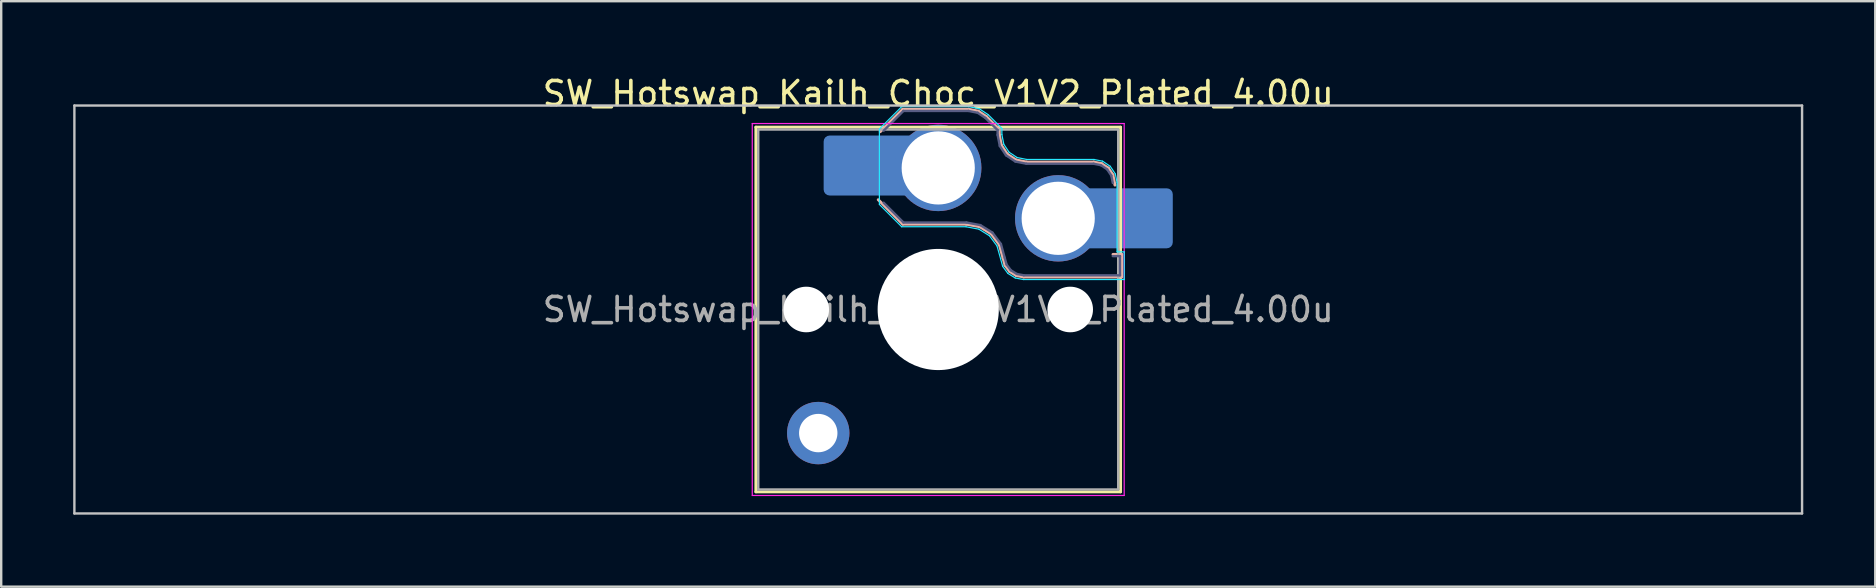
<source format=kicad_pcb>
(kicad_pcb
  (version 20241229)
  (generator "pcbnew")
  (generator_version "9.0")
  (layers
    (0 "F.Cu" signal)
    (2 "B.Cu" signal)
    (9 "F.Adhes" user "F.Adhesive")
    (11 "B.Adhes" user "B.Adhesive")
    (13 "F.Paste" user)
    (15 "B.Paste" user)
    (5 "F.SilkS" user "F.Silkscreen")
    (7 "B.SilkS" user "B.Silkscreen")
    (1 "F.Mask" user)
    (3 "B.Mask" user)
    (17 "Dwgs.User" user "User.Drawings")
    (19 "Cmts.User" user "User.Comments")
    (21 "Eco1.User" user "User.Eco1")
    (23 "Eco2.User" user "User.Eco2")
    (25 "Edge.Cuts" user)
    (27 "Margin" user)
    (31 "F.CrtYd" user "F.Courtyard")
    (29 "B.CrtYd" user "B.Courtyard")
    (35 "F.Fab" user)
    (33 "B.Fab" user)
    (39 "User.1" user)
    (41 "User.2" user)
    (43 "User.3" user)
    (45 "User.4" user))
  (footprint "SW_Hotswap_Kailh_Choc_V1V2_Plated_4.00u"
    (layer "F.Cu")
    (at 36.05 9.848)
    (property "Reference" "SW_Hotswap_Kailh_Choc_V1V2_Plated_4.00u" (at 0 -9 0) (layer "F.SilkS") (effects (font (size 1 1) (thickness 0.15))))
    (attr smd)
    (fp_line (start -7.6 -7.6) (end -7.6 7.6) (stroke (width 0.12) (type solid)) (layer "F.SilkS"))
    (fp_line (start -7.6 7.6) (end 7.6 7.6) (stroke (width 0.12) (type solid)) (layer "F.SilkS"))
    (fp_line (start 7.6 -7.6) (end -7.6 -7.6) (stroke (width 0.12) (type solid)) (layer "F.SilkS"))
    (fp_line (start 7.6 7.6) (end 7.6 -7.6) (stroke (width 0.12) (type solid)) (layer "F.SilkS"))
    (fp_line (start -2.416 -7.409) (end -1.479 -8.346) (stroke (width 0.12) (type solid)) (layer "B.SilkS"))
    (fp_line (start -1.479 -8.346) (end 1.268 -8.346) (stroke (width 0.12) (type solid)) (layer "B.SilkS"))
    (fp_line (start -1.479 -3.554) (end -2.5 -4.575) (stroke (width 0.12) (type solid)) (layer "B.SilkS"))
    (fp_line (start 1.168 -3.554) (end -1.479 -3.554) (stroke (width 0.12) (type solid)) (layer "B.SilkS"))
    (fp_line (start 1.268 -8.346) (end 1.671 -8.266) (stroke (width 0.12) (type solid)) (layer "B.SilkS"))
    (fp_line (start 1.671 -8.266) (end 2.013 -8.037) (stroke (width 0.12) (type solid)) (layer "B.SilkS"))
    (fp_line (start 1.73 -3.449) (end 1.168 -3.554) (stroke (width 0.12) (type solid)) (layer "B.SilkS"))
    (fp_line (start 2.013 -8.037) (end 2.546 -7.504) (stroke (width 0.12) (type solid)) (layer "B.SilkS"))
    (fp_line (start 2.209 -3.15) (end 1.73 -3.449) (stroke (width 0.12) (type solid)) (layer "B.SilkS"))
    (fp_line (start 2.546 -7.504) (end 2.546 -7.282) (stroke (width 0.12) (type solid)) (layer "B.SilkS"))
    (fp_line (start 2.546 -7.282) (end 2.633 -6.844) (stroke (width 0.12) (type solid)) (layer "B.SilkS"))
    (fp_line (start 2.547 -2.697) (end 2.209 -3.15) (stroke (width 0.12) (type solid)) (layer "B.SilkS"))
    (fp_line (start 2.633 -6.844) (end 2.877 -6.477) (stroke (width 0.12) (type solid)) (layer "B.SilkS"))
    (fp_line (start 2.701 -2.139) (end 2.547 -2.697) (stroke (width 0.12) (type solid)) (layer "B.SilkS"))
    (fp_line (start 2.783 -1.841) (end 2.701 -2.139) (stroke (width 0.12) (type solid)) (layer "B.SilkS"))
    (fp_line (start 2.877 -6.477) (end 3.244 -6.233) (stroke (width 0.12) (type solid)) (layer "B.SilkS"))
    (fp_line (start 2.976 -1.583) (end 2.783 -1.841) (stroke (width 0.12) (type solid)) (layer "B.SilkS"))
    (fp_line (start 3.244 -6.233) (end 3.682 -6.146) (stroke (width 0.12) (type solid)) (layer "B.SilkS"))
    (fp_line (start 3.25 -1.413) (end 2.976 -1.583) (stroke (width 0.12) (type solid)) (layer "B.SilkS"))
    (fp_line (start 3.56 -1.354) (end 3.25 -1.413) (stroke (width 0.12) (type solid)) (layer "B.SilkS"))
    (fp_line (start 3.682 -6.146) (end 6.482 -6.146) (stroke (width 0.12) (type solid)) (layer "B.SilkS"))
    (fp_line (start 6.482 -6.146) (end 6.809 -6.081) (stroke (width 0.12) (type solid)) (layer "B.SilkS"))
    (fp_line (start 6.809 -6.081) (end 7.092 -5.892) (stroke (width 0.12) (type solid)) (layer "B.SilkS"))
    (fp_line (start 7.092 -5.892) (end 7.281 -5.609) (stroke (width 0.12) (type solid)) (layer "B.SilkS"))
    (fp_line (start 7.281 -5.609) (end 7.366 -5.182) (stroke (width 0.12) (type solid)) (layer "B.SilkS"))
    (fp_line (start 7.283 -2.296) (end 7.646 -2.296) (stroke (width 0.12) (type solid)) (layer "B.SilkS"))
    (fp_line (start 7.646 -2.296) (end 7.646 -1.354) (stroke (width 0.12) (type solid)) (layer "B.SilkS"))
    (fp_line (start 7.646 -1.354) (end 3.56 -1.354) (stroke (width 0.12) (type solid)) (layer "B.SilkS"))
    (fp_line (start -36 -8.5) (end -36 8.5) (stroke (width 0.1) (type solid)) (layer "Dwgs.User"))
    (fp_line (start -36 8.5) (end 36 8.5) (stroke (width 0.1) (type solid)) (layer "Dwgs.User"))
    (fp_line (start 36 -8.5) (end -36 -8.5) (stroke (width 0.1) (type solid)) (layer "Dwgs.User"))
    (fp_line (start 36 8.5) (end 36 -8.5) (stroke (width 0.1) (type solid)) (layer "Dwgs.User"))
    (fp_line (start -7.25 -7.25) (end -7.25 7.25) (stroke (width 0.1) (type solid)) (layer "Eco1.User"))
    (fp_line (start -7.25 7.25) (end 7.25 7.25) (stroke (width 0.1) (type solid)) (layer "Eco1.User"))
    (fp_line (start 7.25 -7.25) (end -7.25 -7.25) (stroke (width 0.1) (type solid)) (layer "Eco1.User"))
    (fp_line (start 7.25 7.25) (end 7.25 -7.25) (stroke (width 0.1) (type solid)) (layer "Eco1.User"))
    (fp_line (start -2.452 -7.523) (end -1.523 -8.452) (stroke (width 0.05) (type solid)) (layer "B.CrtYd"))
    (fp_line (start -2.452 -4.377) (end -2.452 -7.523) (stroke (width 0.05) (type solid)) (layer "B.CrtYd"))
    (fp_line (start -1.523 -8.452) (end 1.278 -8.452) (stroke (width 0.05) (type solid)) (layer "B.CrtYd"))
    (fp_line (start -1.523 -3.448) (end -2.452 -4.377) (stroke (width 0.05) (type solid)) (layer "B.CrtYd"))
    (fp_line (start 1.159 -3.448) (end -1.523 -3.448) (stroke (width 0.05) (type solid)) (layer "B.CrtYd"))
    (fp_line (start 1.278 -8.452) (end 1.712 -8.366) (stroke (width 0.05) (type solid)) (layer "B.CrtYd"))
    (fp_line (start 1.691 -3.348) (end 1.159 -3.448) (stroke (width 0.05) (type solid)) (layer "B.CrtYd"))
    (fp_line (start 1.712 -8.366) (end 2.081 -8.119) (stroke (width 0.05) (type solid)) (layer "B.CrtYd"))
    (fp_line (start 2.081 -8.119) (end 2.652 -7.548) (stroke (width 0.05) (type solid)) (layer "B.CrtYd"))
    (fp_line (start 2.136 -3.071) (end 1.691 -3.348) (stroke (width 0.05) (type solid)) (layer "B.CrtYd"))
    (fp_line (start 2.45 -2.65) (end 2.136 -3.071) (stroke (width 0.05) (type solid)) (layer "B.CrtYd"))
    (fp_line (start 2.599 -2.111) (end 2.45 -2.65) (stroke (width 0.05) (type solid)) (layer "B.CrtYd"))
    (fp_line (start 2.652 -7.548) (end 2.652 -7.292) (stroke (width 0.05) (type solid)) (layer "B.CrtYd"))
    (fp_line (start 2.652 -7.292) (end 2.733 -6.885) (stroke (width 0.05) (type solid)) (layer "B.CrtYd"))
    (fp_line (start 2.687 -1.794) (end 2.599 -2.111) (stroke (width 0.05) (type solid)) (layer "B.CrtYd"))
    (fp_line (start 2.733 -6.885) (end 2.953 -6.553) (stroke (width 0.05) (type solid)) (layer "B.CrtYd"))
    (fp_line (start 2.903 -1.503) (end 2.687 -1.794) (stroke (width 0.05) (type solid)) (layer "B.CrtYd"))
    (fp_line (start 2.953 -6.553) (end 3.285 -6.333) (stroke (width 0.05) (type solid)) (layer "B.CrtYd"))
    (fp_line (start 3.211 -1.312) (end 2.903 -1.503) (stroke (width 0.05) (type solid)) (layer "B.CrtYd"))
    (fp_line (start 3.285 -6.333) (end 3.692 -6.252) (stroke (width 0.05) (type solid)) (layer "B.CrtYd"))
    (fp_line (start 3.55 -1.248) (end 3.211 -1.312) (stroke (width 0.05) (type solid)) (layer "B.CrtYd"))
    (fp_line (start 3.692 -6.252) (end 6.492 -6.252) (stroke (width 0.05) (type solid)) (layer "B.CrtYd"))
    (fp_line (start 6.492 -6.252) (end 6.85 -6.181) (stroke (width 0.05) (type solid)) (layer "B.CrtYd"))
    (fp_line (start 6.85 -6.181) (end 7.168 -5.968) (stroke (width 0.05) (type solid)) (layer "B.CrtYd"))
    (fp_line (start 7.168 -5.968) (end 7.381 -5.65) (stroke (width 0.05) (type solid)) (layer "B.CrtYd"))
    (fp_line (start 7.381 -5.65) (end 7.452 -5.292) (stroke (width 0.05) (type solid)) (layer "B.CrtYd"))
    (fp_line (start 7.452 -5.292) (end 7.452 -2.402) (stroke (width 0.05) (type solid)) (layer "B.CrtYd"))
    (fp_line (start 7.452 -2.402) (end 7.752 -2.402) (stroke (width 0.05) (type solid)) (layer "B.CrtYd"))
    (fp_line (start 7.752 -2.402) (end 7.752 -1.248) (stroke (width 0.05) (type solid)) (layer "B.CrtYd"))
    (fp_line (start 7.752 -1.248) (end 3.55 -1.248) (stroke (width 0.05) (type solid)) (layer "B.CrtYd"))
    (fp_line (start -7.75 -7.75) (end -7.75 7.75) (stroke (width 0.05) (type solid)) (layer "F.CrtYd"))
    (fp_line (start -7.75 7.75) (end 7.75 7.75) (stroke (width 0.05) (type solid)) (layer "F.CrtYd"))
    (fp_line (start 7.75 -7.75) (end -7.75 -7.75) (stroke (width 0.05) (type solid)) (layer "F.CrtYd"))
    (fp_line (start 7.75 7.75) (end 7.75 -7.75) (stroke (width 0.05) (type solid)) (layer "F.CrtYd"))
    (fp_line (start -2.275 -7.45) (end -1.45 -8.275) (stroke (width 0.1) (type solid)) (layer "B.Fab"))
    (fp_line (start -1.45 -8.275) (end 1.261 -8.275) (stroke (width 0.1) (type solid)) (layer "B.Fab"))
    (fp_line (start -1.45 -3.625) (end -2.275 -4.45) (stroke (width 0.1) (type solid)) (layer "B.Fab"))
    (fp_line (start 1.175 -3.625) (end -1.45 -3.625) (stroke (width 0.1) (type solid)) (layer "B.Fab"))
    (fp_line (start 1.261 -8.275) (end 1.643 -8.199) (stroke (width 0.1) (type solid)) (layer "B.Fab"))
    (fp_line (start 1.643 -8.199) (end 1.968 -7.982) (stroke (width 0.1) (type solid)) (layer "B.Fab"))
    (fp_line (start 1.756 -3.516) (end 1.175 -3.625) (stroke (width 0.1) (type solid)) (layer "B.Fab"))
    (fp_line (start 1.968 -7.982) (end 2.475 -7.475) (stroke (width 0.1) (type solid)) (layer "B.Fab"))
    (fp_line (start 2.258 -3.203) (end 1.756 -3.516) (stroke (width 0.1) (type solid)) (layer "B.Fab"))
    (fp_line (start 2.475 -7.475) (end 2.475 -7.275) (stroke (width 0.1) (type solid)) (layer "B.Fab"))
    (fp_line (start 2.475 -7.275) (end 2.566 -6.816) (stroke (width 0.1) (type solid)) (layer "B.Fab"))
    (fp_line (start 2.566 -6.816) (end 2.826 -6.426) (stroke (width 0.1) (type solid)) (layer "B.Fab"))
    (fp_line (start 2.612 -2.729) (end 2.258 -3.203) (stroke (width 0.1) (type solid)) (layer "B.Fab"))
    (fp_line (start 2.769 -2.158) (end 2.612 -2.729) (stroke (width 0.1) (type solid)) (layer "B.Fab"))
    (fp_line (start 2.826 -6.426) (end 3.216 -6.166) (stroke (width 0.1) (type solid)) (layer "B.Fab"))
    (fp_line (start 2.848 -1.873) (end 2.769 -2.158) (stroke (width 0.1) (type solid)) (layer "B.Fab"))
    (fp_line (start 3.025 -1.636) (end 2.848 -1.873) (stroke (width 0.1) (type solid)) (layer "B.Fab"))
    (fp_line (start 3.216 -6.166) (end 3.675 -6.075) (stroke (width 0.1) (type solid)) (layer "B.Fab"))
    (fp_line (start 3.276 -1.48) (end 3.025 -1.636) (stroke (width 0.1) (type solid)) (layer "B.Fab"))
    (fp_line (start 3.567 -1.425) (end 3.276 -1.48) (stroke (width 0.1) (type solid)) (layer "B.Fab"))
    (fp_line (start 3.675 -6.075) (end 6.475 -6.075) (stroke (width 0.1) (type solid)) (layer "B.Fab"))
    (fp_line (start 6.475 -6.075) (end 6.781 -6.014) (stroke (width 0.1) (type solid)) (layer "B.Fab"))
    (fp_line (start 6.781 -6.014) (end 7.041 -5.841) (stroke (width 0.1) (type solid)) (layer "B.Fab"))
    (fp_line (start 7.041 -5.841) (end 7.214 -5.581) (stroke (width 0.1) (type solid)) (layer "B.Fab"))
    (fp_line (start 7.214 -5.581) (end 7.275 -5.275) (stroke (width 0.1) (type solid)) (layer "B.Fab"))
    (fp_line (start 7.275 -2.225) (end 7.575 -2.225) (stroke (width 0.1) (type solid)) (layer "B.Fab"))
    (fp_line (start 7.575 -2.225) (end 7.575 -1.425) (stroke (width 0.1) (type solid)) (layer "B.Fab"))
    (fp_line (start 7.575 -1.425) (end 3.567 -1.425) (stroke (width 0.1) (type solid)) (layer "B.Fab"))
    (fp_line (start -7.5 -7.5) (end -7.5 7.5) (stroke (width 0.1) (type solid)) (layer "F.Fab"))
    (fp_line (start -7.5 7.5) (end 7.5 7.5) (stroke (width 0.1) (type solid)) (layer "F.Fab"))
    (fp_line (start 7.5 -7.5) (end -7.5 -7.5) (stroke (width 0.1) (type solid)) (layer "F.Fab"))
    (fp_line (start 7.5 7.5) (end 7.5 -7.5) (stroke (width 0.1) (type solid)) (layer "F.Fab"))
    (fp_text user "${REFERENCE}" (at 0 0 0) (layer "F.Fab") (effects (font (size 1 1) (thickness 0.15))))
    (pad "" np_thru_hole circle (at -5.5 0) (size 1.9 1.9) (drill 1.9) (layers "*.Cu" "*.Mask"))
    (pad "" smd circle (at -5 5.15) (size 1.65 1.65) (layers "F.Mask"))
    (pad "" thru_hole circle (at -5 5.15) (size 2.6 2.6) (drill 1.6) (layers "*.Cu" "B.Mask"))
    (pad "" smd roundrect (at -3.5 -6) (size 2.55 2.5) (layers "B.Mask" "B.Paste") (roundrect_rratio 0.1))
    (pad "" smd circle (at 0 -5.9) (size 3.1 3.1) (layers "F.Mask"))
    (pad "" np_thru_hole circle (at 0 0) (size 5.05 5.05) (drill 5.05) (layers "*.Cu" "*.Mask"))
    (pad "" smd circle (at 5 -3.8) (size 3.1 3.1) (layers "F.Mask"))
    (pad "" np_thru_hole circle (at 5.5 0) (size 1.9 1.9) (drill 1.9) (layers "*.Cu" "*.Mask"))
    (pad "" smd roundrect (at 8.5 -3.8) (size 2.55 2.5) (layers "B.Mask" "B.Paste") (roundrect_rratio 0.1))
    (pad "1" smd roundrect (at -2.85 -6) (size 3.85 2.5) (layers "B.Cu") (roundrect_rratio 0.1))
    (pad "1" thru_hole circle (at 0 -5.9) (size 3.6 3.6) (drill 3.05) (layers "*.Cu" "B.Mask"))
    (pad "2" thru_hole circle (at 5 -3.8) (size 3.6 3.6) (drill 3.05) (layers "*.Cu" "B.Mask"))
    (pad "2" smd roundrect (at 7.85 -3.8) (size 3.85 2.5) (layers "B.Cu") (roundrect_rratio 0.1)))
  (gr_rect
    (start -3 -3)
    (end 75.1 21.398)
    (stroke (width 0.1) (type default))
    (fill no)
    (layer "Edge.Cuts")))
</source>
